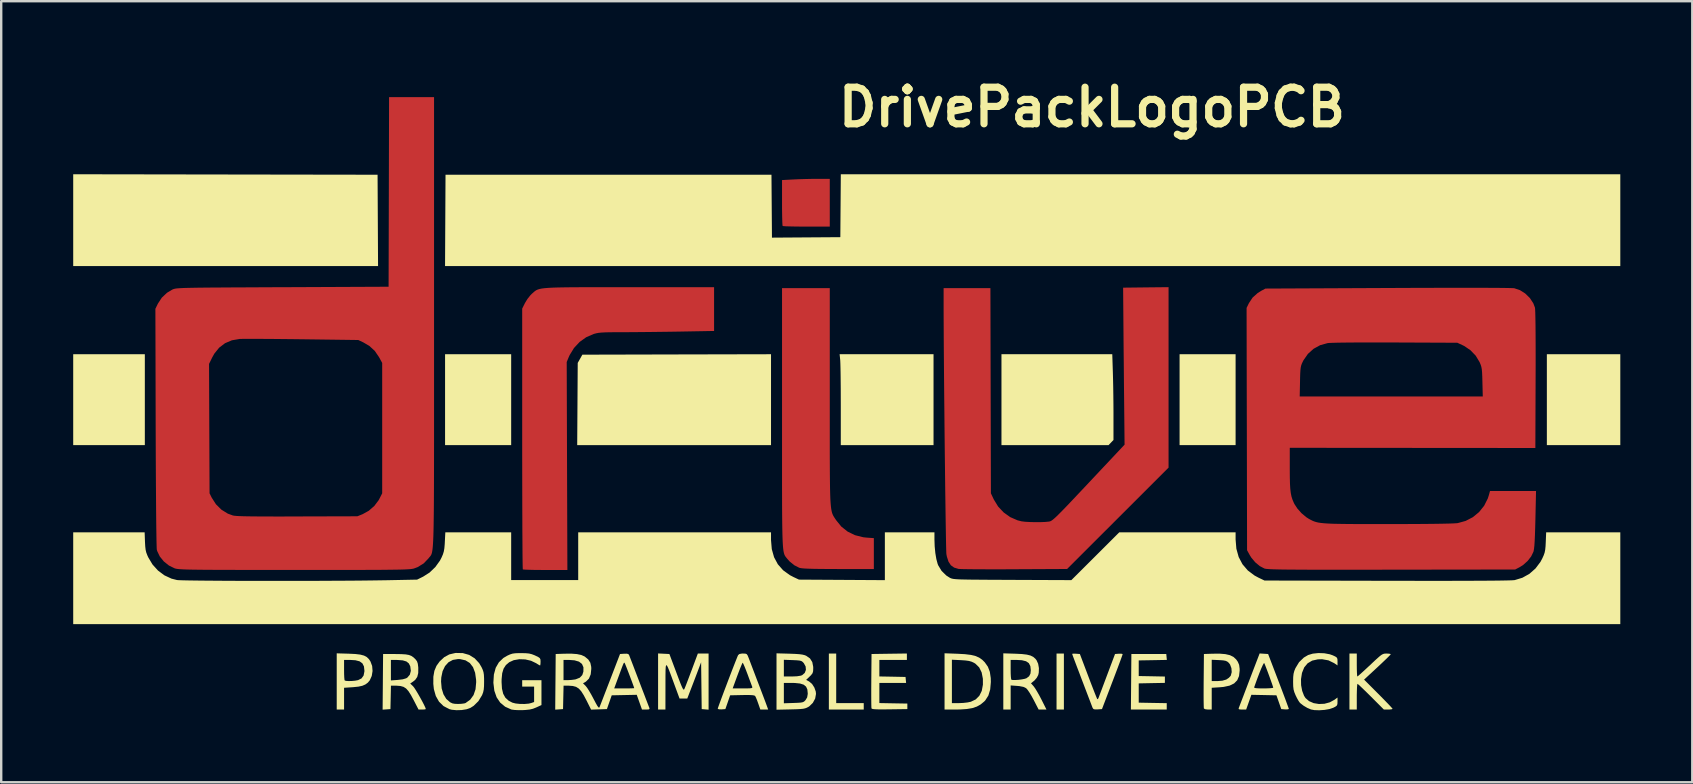
<source format=kicad_pcb>
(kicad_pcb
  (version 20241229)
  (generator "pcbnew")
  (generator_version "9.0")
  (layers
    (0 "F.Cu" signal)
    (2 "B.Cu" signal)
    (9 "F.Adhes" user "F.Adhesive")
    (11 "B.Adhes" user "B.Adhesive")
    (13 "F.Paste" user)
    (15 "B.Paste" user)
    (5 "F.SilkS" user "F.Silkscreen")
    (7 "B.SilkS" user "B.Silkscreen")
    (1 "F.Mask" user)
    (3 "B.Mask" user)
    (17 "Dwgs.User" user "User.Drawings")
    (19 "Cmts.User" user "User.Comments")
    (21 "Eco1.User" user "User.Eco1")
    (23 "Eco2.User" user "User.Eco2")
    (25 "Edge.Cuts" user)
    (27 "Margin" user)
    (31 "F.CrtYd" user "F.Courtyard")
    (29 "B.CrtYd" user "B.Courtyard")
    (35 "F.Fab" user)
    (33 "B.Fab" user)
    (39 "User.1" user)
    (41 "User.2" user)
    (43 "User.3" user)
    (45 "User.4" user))
  (footprint "DrivePackLogoPCB"
    (layer "F.Cu")
    (at 32.286 14.118)
    (property "Reference" "DrivePackLogoPCB" (at 10.16 -12.7 0) (layer "F.SilkS") (effects (font (size 1.524 1.524) (thickness 0.3))))
    (attr board_only exclude_from_pos_files exclude_from_bom)
    (fp_poly (pts (xy -0.765 -7.727) (xy -1.734 -7.727) (xy -1.999 -7.728) (xy -2.238 -7.731) (xy -2.442 -7.735) (xy -2.598 -7.74) (xy -2.697 -7.747) (xy -2.729 -7.753) (xy -2.736 -7.796) (xy -2.742 -7.906) (xy -2.747 -8.071) (xy -2.751 -8.28) (xy -2.754 -8.523) (xy -2.754 -8.722) (xy -2.754 -9.666) (xy -2.289 -9.691) (xy -2.059 -9.701) (xy -1.788 -9.709) (xy -1.513 -9.715) (xy -1.295 -9.716) (xy -0.765 -9.716)) (stroke (width 0) (type solid)) (fill yes) (layer "F.Cu"))
    (fp_poly (pts (xy -0.765 -0.638) (xy -0.765 0.061) (xy -0.765 0.688) (xy -0.765 1.246) (xy -0.765 1.741) (xy -0.763 2.177) (xy -0.761 2.557) (xy -0.758 2.887) (xy -0.754 3.169) (xy -0.748 3.41) (xy -0.741 3.612) (xy -0.731 3.78) (xy -0.719 3.919) (xy -0.705 4.032) (xy -0.688 4.124) (xy -0.669 4.2) (xy -0.646 4.263) (xy -0.62 4.317) (xy -0.591 4.367) (xy -0.558 4.418) (xy -0.521 4.473) (xy -0.501 4.503) (xy -0.284 4.771) (xy -0.019 4.981) (xy 0.288 5.13) (xy 0.632 5.216) (xy 0.775 5.231) (xy 1.071 5.252) (xy 1.071 6.541) (xy -0.411 6.54) (xy -0.816 6.538) (xy -1.151 6.536) (xy -1.422 6.532) (xy -1.636 6.526) (xy -1.799 6.519) (xy -1.918 6.509) (xy -1.999 6.497) (xy -2.037 6.487) (xy -2.243 6.382) (xy -2.436 6.226) (xy -2.542 6.107) (xy -2.571 6.07) (xy -2.597 6.038) (xy -2.621 6.005) (xy -2.642 5.968) (xy -2.661 5.923) (xy -2.677 5.867) (xy -2.692 5.796) (xy -2.704 5.706) (xy -2.715 5.593) (xy -2.724 5.453) (xy -2.732 5.283) (xy -2.738 5.078) (xy -2.743 4.835) (xy -2.747 4.551) (xy -2.75 4.22) (xy -2.752 3.841) (xy -2.753 3.407) (xy -2.754 2.917) (xy -2.754 2.365) (xy -2.754 1.749) (xy -2.754 1.065) (xy -2.754 0.307) (xy -2.754 0.244) (xy -2.754 -5.164) (xy -0.765 -5.164)) (stroke (width 0) (type solid)) (fill yes) (layer "F.Cu"))
    (fp_poly (pts (xy -9.771 -5.202) (xy -9.158 -5.202) (xy -5.585 -5.202) (xy -5.585 -3.379) (xy -7.026 -3.353) (xy -7.403 -3.347) (xy -7.802 -3.342) (xy -8.204 -3.337) (xy -8.593 -3.333) (xy -8.951 -3.33) (xy -9.26 -3.328) (xy -9.412 -3.328) (xy -9.715 -3.327) (xy -9.953 -3.325) (xy -10.138 -3.32) (xy -10.28 -3.312) (xy -10.392 -3.301) (xy -10.485 -3.284) (xy -10.571 -3.262) (xy -10.604 -3.252) (xy -10.912 -3.118) (xy -11.188 -2.921) (xy -11.422 -2.669) (xy -11.602 -2.375) (xy -11.643 -2.284) (xy -11.725 -2.085) (xy -11.711 2.247) (xy -11.697 6.58) (xy -12.613 6.58) (xy -12.87 6.578) (xy -13.102 6.576) (xy -13.297 6.571) (xy -13.444 6.566) (xy -13.533 6.559) (xy -13.554 6.554) (xy -13.557 6.513) (xy -13.56 6.401) (xy -13.563 6.22) (xy -13.566 5.976) (xy -13.568 5.673) (xy -13.57 5.315) (xy -13.573 4.906) (xy -13.574 4.451) (xy -13.576 3.954) (xy -13.577 3.42) (xy -13.578 2.852) (xy -13.579 2.256) (xy -13.58 1.635) (xy -13.58 1.109) (xy -13.58 -4.31) (xy -13.463 -4.545) (xy -13.363 -4.71) (xy -13.24 -4.864) (xy -13.174 -4.931) (xy -13.124 -4.975) (xy -13.079 -5.015) (xy -13.035 -5.05) (xy -12.986 -5.08) (xy -12.928 -5.106) (xy -12.856 -5.128) (xy -12.765 -5.146) (xy -12.651 -5.161) (xy -12.508 -5.173) (xy -12.332 -5.183) (xy -12.118 -5.19) (xy -11.862 -5.195) (xy -11.558 -5.199) (xy -11.201 -5.201) (xy -10.788 -5.202) (xy -10.313 -5.203)) (stroke (width 0) (type solid)) (fill yes) (layer "F.Cu"))
    (fp_poly (pts (xy 13.35 2.315) (xy 9.123 6.538) (xy 6.936 6.549) (xy 6.529 6.551) (xy 6.142 6.551) (xy 5.781 6.551) (xy 5.454 6.55) (xy 5.168 6.548) (xy 4.932 6.545) (xy 4.752 6.542) (xy 4.636 6.537) (xy 4.595 6.534) (xy 4.416 6.48) (xy 4.28 6.383) (xy 4.182 6.234) (xy 4.114 6.023) (xy 4.094 5.921) (xy 4.09 5.864) (xy 4.086 5.736) (xy 4.081 5.541) (xy 4.076 5.287) (xy 4.071 4.977) (xy 4.065 4.617) (xy 4.059 4.212) (xy 4.053 3.769) (xy 4.046 3.291) (xy 4.04 2.785) (xy 4.034 2.256) (xy 4.027 1.708) (xy 4.021 1.148) (xy 4.015 0.581) (xy 4.01 0.012) (xy 4.004 -0.554) (xy 3.999 -1.111) (xy 3.994 -1.654) (xy 3.99 -2.178) (xy 3.986 -2.677) (xy 3.983 -3.146) (xy 3.981 -3.58) (xy 3.979 -3.973) (xy 3.978 -4.321) (xy 3.978 -4.562) (xy 3.978 -5.164) (xy 5.928 -5.164) (xy 5.948 3.385) (xy 6.071 3.645) (xy 6.248 3.935) (xy 6.48 4.182) (xy 6.753 4.377) (xy 7.058 4.51) (xy 7.225 4.552) (xy 7.37 4.57) (xy 7.566 4.581) (xy 7.787 4.587) (xy 8.01 4.586) (xy 8.211 4.578) (xy 8.364 4.563) (xy 8.388 4.559) (xy 8.423 4.549) (xy 8.464 4.529) (xy 8.516 4.493) (xy 8.582 4.439) (xy 8.668 4.361) (xy 8.776 4.255) (xy 8.913 4.117) (xy 9.082 3.943) (xy 9.287 3.728) (xy 9.532 3.468) (xy 9.823 3.16) (xy 10.025 2.945) (xy 11.517 1.358) (xy 11.497 -0.669) (xy 11.492 -1.11) (xy 11.488 -1.571) (xy 11.484 -2.038) (xy 11.479 -2.498) (xy 11.475 -2.935) (xy 11.472 -3.337) (xy 11.469 -3.688) (xy 11.467 -3.94) (xy 11.457 -5.183) (xy 12.404 -5.194) (xy 13.35 -5.204)) (stroke (width 0) (type solid)) (fill yes) (layer "F.Cu"))
    (fp_poly (pts (xy 26.038 -5.178) (xy 26.47 -5.177) (xy 26.845 -5.175) (xy 27.161 -5.173) (xy 27.414 -5.17) (xy 27.6 -5.166) (xy 27.715 -5.162) (xy 27.752 -5.159) (xy 27.989 -5.08) (xy 28.211 -4.939) (xy 28.402 -4.752) (xy 28.546 -4.533) (xy 28.614 -4.356) (xy 28.622 -4.29) (xy 28.628 -4.15) (xy 28.633 -3.94) (xy 28.638 -3.663) (xy 28.641 -3.321) (xy 28.643 -2.92) (xy 28.644 -2.46) (xy 28.644 -1.946) (xy 28.642 -1.381) (xy 28.642 -1.36) (xy 28.632 1.497) (xy 18.4 1.489) (xy 18.4 2.362) (xy 18.402 2.7) (xy 18.408 2.972) (xy 18.421 3.192) (xy 18.442 3.371) (xy 18.472 3.52) (xy 18.514 3.652) (xy 18.568 3.778) (xy 18.594 3.832) (xy 18.72 4.024) (xy 18.89 4.214) (xy 19.081 4.375) (xy 19.195 4.449) (xy 19.271 4.489) (xy 19.342 4.525) (xy 19.413 4.555) (xy 19.491 4.58) (xy 19.582 4.602) (xy 19.691 4.619) (xy 19.825 4.633) (xy 19.988 4.644) (xy 20.186 4.653) (xy 20.426 4.658) (xy 20.714 4.662) (xy 21.054 4.665) (xy 21.453 4.666) (xy 21.916 4.667) (xy 22.45 4.667) (xy 22.491 4.667) (xy 23.047 4.666) (xy 23.553 4.664) (xy 24.006 4.661) (xy 24.403 4.657) (xy 24.739 4.652) (xy 25.012 4.646) (xy 25.217 4.639) (xy 25.352 4.631) (xy 25.397 4.626) (xy 25.728 4.535) (xy 26.028 4.379) (xy 26.287 4.166) (xy 26.498 3.903) (xy 26.651 3.599) (xy 26.698 3.452) (xy 26.742 3.29) (xy 28.66 3.29) (xy 28.634 4.466) (xy 28.624 4.838) (xy 28.614 5.14) (xy 28.603 5.379) (xy 28.591 5.564) (xy 28.576 5.699) (xy 28.559 5.793) (xy 28.551 5.821) (xy 28.458 6.014) (xy 28.31 6.203) (xy 28.127 6.368) (xy 27.987 6.457) (xy 27.791 6.56) (xy 22.646 6.567) (xy 21.904 6.568) (xy 21.235 6.569) (xy 20.634 6.569) (xy 20.099 6.569) (xy 19.626 6.568) (xy 19.209 6.568) (xy 18.847 6.566) (xy 18.534 6.564) (xy 18.268 6.562) (xy 18.044 6.559) (xy 17.859 6.555) (xy 17.709 6.551) (xy 17.589 6.546) (xy 17.497 6.54) (xy 17.428 6.534) (xy 17.379 6.527) (xy 17.346 6.519) (xy 17.341 6.517) (xy 17.15 6.417) (xy 16.963 6.261) (xy 16.801 6.069) (xy 16.734 5.962) (xy 16.621 5.757) (xy 16.611 0.709) (xy 16.608 -0.65) (xy 18.814 -0.65) (xy 26.441 -0.65) (xy 26.426 -1.253) (xy 26.42 -1.485) (xy 26.412 -1.657) (xy 26.4 -1.784) (xy 26.382 -1.883) (xy 26.355 -1.969) (xy 26.318 -2.059) (xy 26.304 -2.089) (xy 26.145 -2.351) (xy 25.927 -2.577) (xy 25.667 -2.753) (xy 25.61 -2.781) (xy 25.381 -2.888) (xy 22.799 -2.899) (xy 22.287 -2.901) (xy 21.814 -2.901) (xy 21.382 -2.9) (xy 20.999 -2.898) (xy 20.667 -2.895) (xy 20.394 -2.891) (xy 20.183 -2.885) (xy 20.04 -2.879) (xy 19.977 -2.873) (xy 19.667 -2.787) (xy 19.391 -2.636) (xy 19.156 -2.424) (xy 18.971 -2.158) (xy 18.944 -2.105) (xy 18.904 -2.021) (xy 18.876 -1.944) (xy 18.857 -1.858) (xy 18.844 -1.748) (xy 18.835 -1.599) (xy 18.829 -1.396) (xy 18.827 -1.272) (xy 18.814 -0.65) (xy 16.608 -0.65) (xy 16.601 -4.339) (xy 16.698 -4.538) (xy 16.851 -4.77) (xy 17.065 -4.961) (xy 17.224 -5.059) (xy 17.386 -5.145) (xy 22.474 -5.169) (xy 23.166 -5.172) (xy 23.824 -5.175) (xy 24.443 -5.176) (xy 25.021 -5.178) (xy 25.554 -5.178)) (stroke (width 0) (type solid)) (fill yes) (layer "F.Cu"))
    (fp_poly (pts (xy -17.252 -3.754) (xy -17.252 -2.744) (xy -17.252 -1.807) (xy -17.252 -0.942) (xy -17.252 -0.144) (xy -17.252 0.588) (xy -17.252 1.258) (xy -17.253 1.869) (xy -17.254 2.424) (xy -17.255 2.924) (xy -17.257 3.374) (xy -17.259 3.776) (xy -17.262 4.133) (xy -17.266 4.448) (xy -17.27 4.724) (xy -17.275 4.962) (xy -17.281 5.168) (xy -17.288 5.342) (xy -17.296 5.489) (xy -17.305 5.61) (xy -17.315 5.71) (xy -17.327 5.79) (xy -17.339 5.853) (xy -17.353 5.903) (xy -17.368 5.942) (xy -17.385 5.973) (xy -17.403 5.999) (xy -17.423 6.023) (xy -17.445 6.048) (xy -17.468 6.076) (xy -17.478 6.09) (xy -17.682 6.304) (xy -17.933 6.459) (xy -18.091 6.518) (xy -18.128 6.527) (xy -18.175 6.535) (xy -18.237 6.543) (xy -18.319 6.549) (xy -18.423 6.555) (xy -18.555 6.56) (xy -18.718 6.564) (xy -18.916 6.567) (xy -19.153 6.57) (xy -19.433 6.573) (xy -19.761 6.575) (xy -20.141 6.576) (xy -20.575 6.577) (xy -21.07 6.578) (xy -21.628 6.578) (xy -22.254 6.578) (xy -22.951 6.578) (xy -23.083 6.578) (xy -23.79 6.578) (xy -24.425 6.578) (xy -24.991 6.577) (xy -25.493 6.576) (xy -25.935 6.575) (xy -26.32 6.574) (xy -26.654 6.572) (xy -26.94 6.57) (xy -27.182 6.567) (xy -27.384 6.564) (xy -27.551 6.56) (xy -27.686 6.555) (xy -27.794 6.549) (xy -27.878 6.543) (xy -27.943 6.536) (xy -27.992 6.528) (xy -28.031 6.519) (xy -28.059 6.511) (xy -28.299 6.393) (xy -28.511 6.223) (xy -28.679 6.016) (xy -28.788 5.788) (xy -28.802 5.74) (xy -28.807 5.685) (xy -28.811 5.557) (xy -28.816 5.361) (xy -28.82 5.101) (xy -28.825 4.781) (xy -28.829 4.406) (xy -28.833 3.979) (xy -28.836 3.505) (xy -28.84 2.988) (xy -28.843 2.432) (xy -28.846 1.842) (xy -28.848 1.221) (xy -28.85 0.65) (xy -28.856 -2.008) (xy -26.626 -2.008) (xy -26.616 0.689) (xy -26.605 3.385) (xy -26.517 3.563) (xy -26.339 3.841) (xy -26.112 4.066) (xy -25.844 4.232) (xy -25.632 4.309) (xy -25.576 4.319) (xy -25.485 4.328) (xy -25.355 4.335) (xy -25.18 4.341) (xy -24.957 4.345) (xy -24.68 4.348) (xy -24.345 4.35) (xy -23.947 4.351) (xy -23.482 4.351) (xy -22.952 4.349) (xy -20.446 4.342) (xy -20.228 4.254) (xy -19.971 4.112) (xy -19.743 3.913) (xy -19.563 3.676) (xy -19.527 3.609) (xy -19.413 3.385) (xy -19.413 -2.047) (xy -19.545 -2.289) (xy -19.724 -2.551) (xy -19.951 -2.758) (xy -20.198 -2.902) (xy -20.408 -3.002) (xy -22.741 -3.033) (xy -23.166 -3.038) (xy -23.575 -3.042) (xy -23.96 -3.046) (xy -24.315 -3.048) (xy -24.63 -3.05) (xy -24.9 -3.051) (xy -25.115 -3.05) (xy -25.269 -3.048) (xy -25.352 -3.046) (xy -25.676 -2.99) (xy -25.96 -2.869) (xy -26.204 -2.684) (xy -26.404 -2.437) (xy -26.49 -2.284) (xy -26.626 -2.008) (xy -28.856 -2.008) (xy -28.862 -4.303) (xy -28.756 -4.52) (xy -28.594 -4.767) (xy -28.376 -4.972) (xy -28.159 -5.102) (xy -28.131 -5.114) (xy -28.102 -5.125) (xy -28.067 -5.135) (xy -28.023 -5.144) (xy -27.964 -5.152) (xy -27.887 -5.158) (xy -27.788 -5.164) (xy -27.661 -5.17) (xy -27.503 -5.174) (xy -27.309 -5.178) (xy -27.076 -5.182) (xy -26.799 -5.185) (xy -26.473 -5.188) (xy -26.095 -5.19) (xy -25.66 -5.193) (xy -25.164 -5.195) (xy -24.602 -5.198) (xy -23.97 -5.201) (xy -23.564 -5.202) (xy -19.146 -5.222) (xy -19.136 -9.171) (xy -19.126 -13.121) (xy -17.252 -13.121)) (stroke (width 0) (type solid)) (fill yes) (layer "F.Cu"))
    (fp_poly (pts (xy -0.765 -7.727) (xy -1.734 -7.727) (xy -1.999 -7.728) (xy -2.238 -7.731) (xy -2.442 -7.735) (xy -2.598 -7.74) (xy -2.697 -7.747) (xy -2.729 -7.753) (xy -2.736 -7.796) (xy -2.742 -7.906) (xy -2.747 -8.071) (xy -2.751 -8.28) (xy -2.754 -8.523) (xy -2.754 -8.722) (xy -2.754 -9.666) (xy -2.289 -9.691) (xy -2.059 -9.701) (xy -1.788 -9.709) (xy -1.513 -9.715) (xy -1.295 -9.716) (xy -0.765 -9.716)) (stroke (width 0) (type solid)) (fill yes) (layer "F.Mask"))
    (fp_poly (pts (xy -0.765 -0.638) (xy -0.765 0.061) (xy -0.765 0.688) (xy -0.765 1.246) (xy -0.765 1.741) (xy -0.763 2.177) (xy -0.761 2.557) (xy -0.758 2.887) (xy -0.754 3.169) (xy -0.748 3.41) (xy -0.741 3.612) (xy -0.731 3.78) (xy -0.719 3.919) (xy -0.705 4.032) (xy -0.688 4.124) (xy -0.669 4.2) (xy -0.646 4.263) (xy -0.62 4.317) (xy -0.591 4.367) (xy -0.558 4.418) (xy -0.521 4.473) (xy -0.501 4.503) (xy -0.284 4.771) (xy -0.019 4.981) (xy 0.288 5.13) (xy 0.632 5.216) (xy 0.775 5.231) (xy 1.071 5.252) (xy 1.071 6.541) (xy -0.411 6.54) (xy -0.816 6.538) (xy -1.151 6.536) (xy -1.422 6.532) (xy -1.636 6.526) (xy -1.799 6.519) (xy -1.918 6.509) (xy -1.999 6.497) (xy -2.037 6.487) (xy -2.243 6.382) (xy -2.436 6.226) (xy -2.542 6.107) (xy -2.571 6.07) (xy -2.597 6.038) (xy -2.621 6.005) (xy -2.642 5.968) (xy -2.661 5.923) (xy -2.677 5.867) (xy -2.692 5.796) (xy -2.704 5.706) (xy -2.715 5.593) (xy -2.724 5.453) (xy -2.732 5.283) (xy -2.738 5.078) (xy -2.743 4.835) (xy -2.747 4.551) (xy -2.75 4.22) (xy -2.752 3.841) (xy -2.753 3.407) (xy -2.754 2.917) (xy -2.754 2.365) (xy -2.754 1.749) (xy -2.754 1.065) (xy -2.754 0.307) (xy -2.754 0.244) (xy -2.754 -5.164) (xy -0.765 -5.164)) (stroke (width 0) (type solid)) (fill yes) (layer "F.Mask"))
    (fp_poly (pts (xy -9.771 -5.202) (xy -9.158 -5.202) (xy -5.585 -5.202) (xy -5.585 -3.379) (xy -7.026 -3.353) (xy -7.403 -3.347) (xy -7.802 -3.342) (xy -8.204 -3.337) (xy -8.593 -3.333) (xy -8.951 -3.33) (xy -9.26 -3.328) (xy -9.412 -3.328) (xy -9.715 -3.327) (xy -9.953 -3.325) (xy -10.138 -3.32) (xy -10.28 -3.312) (xy -10.392 -3.301) (xy -10.485 -3.284) (xy -10.571 -3.262) (xy -10.604 -3.252) (xy -10.912 -3.118) (xy -11.188 -2.921) (xy -11.422 -2.669) (xy -11.602 -2.375) (xy -11.643 -2.284) (xy -11.725 -2.085) (xy -11.711 2.247) (xy -11.697 6.58) (xy -12.613 6.58) (xy -12.87 6.578) (xy -13.102 6.576) (xy -13.297 6.571) (xy -13.444 6.566) (xy -13.533 6.559) (xy -13.554 6.554) (xy -13.557 6.513) (xy -13.56 6.401) (xy -13.563 6.22) (xy -13.566 5.976) (xy -13.568 5.673) (xy -13.57 5.315) (xy -13.573 4.906) (xy -13.574 4.451) (xy -13.576 3.954) (xy -13.577 3.42) (xy -13.578 2.852) (xy -13.579 2.256) (xy -13.58 1.635) (xy -13.58 1.109) (xy -13.58 -4.31) (xy -13.463 -4.545) (xy -13.363 -4.71) (xy -13.24 -4.864) (xy -13.174 -4.931) (xy -13.124 -4.975) (xy -13.079 -5.015) (xy -13.035 -5.05) (xy -12.986 -5.08) (xy -12.928 -5.106) (xy -12.856 -5.128) (xy -12.765 -5.146) (xy -12.651 -5.161) (xy -12.508 -5.173) (xy -12.332 -5.183) (xy -12.118 -5.19) (xy -11.862 -5.195) (xy -11.558 -5.199) (xy -11.201 -5.201) (xy -10.788 -5.202) (xy -10.313 -5.203)) (stroke (width 0) (type solid)) (fill yes) (layer "F.Mask"))
    (fp_poly (pts (xy 13.35 2.315) (xy 9.123 6.538) (xy 6.936 6.549) (xy 6.529 6.551) (xy 6.142 6.551) (xy 5.781 6.551) (xy 5.454 6.55) (xy 5.168 6.548) (xy 4.932 6.545) (xy 4.752 6.542) (xy 4.636 6.537) (xy 4.595 6.534) (xy 4.416 6.48) (xy 4.28 6.383) (xy 4.182 6.234) (xy 4.114 6.023) (xy 4.094 5.921) (xy 4.09 5.864) (xy 4.086 5.736) (xy 4.081 5.541) (xy 4.076 5.287) (xy 4.071 4.977) (xy 4.065 4.617) (xy 4.059 4.212) (xy 4.053 3.769) (xy 4.046 3.291) (xy 4.04 2.785) (xy 4.034 2.256) (xy 4.027 1.708) (xy 4.021 1.148) (xy 4.015 0.581) (xy 4.01 0.012) (xy 4.004 -0.554) (xy 3.999 -1.111) (xy 3.994 -1.654) (xy 3.99 -2.178) (xy 3.986 -2.677) (xy 3.983 -3.146) (xy 3.981 -3.58) (xy 3.979 -3.973) (xy 3.978 -4.321) (xy 3.978 -4.562) (xy 3.978 -5.164) (xy 5.928 -5.164) (xy 5.948 3.385) (xy 6.071 3.645) (xy 6.248 3.935) (xy 6.48 4.182) (xy 6.753 4.377) (xy 7.058 4.51) (xy 7.225 4.552) (xy 7.37 4.57) (xy 7.566 4.581) (xy 7.787 4.587) (xy 8.01 4.586) (xy 8.211 4.578) (xy 8.364 4.563) (xy 8.388 4.559) (xy 8.423 4.549) (xy 8.464 4.529) (xy 8.516 4.493) (xy 8.582 4.439) (xy 8.668 4.361) (xy 8.776 4.255) (xy 8.913 4.117) (xy 9.082 3.943) (xy 9.287 3.728) (xy 9.532 3.468) (xy 9.823 3.16) (xy 10.025 2.945) (xy 11.517 1.358) (xy 11.497 -0.669) (xy 11.492 -1.11) (xy 11.488 -1.571) (xy 11.484 -2.038) (xy 11.479 -2.498) (xy 11.475 -2.935) (xy 11.472 -3.337) (xy 11.469 -3.688) (xy 11.467 -3.94) (xy 11.457 -5.183) (xy 12.404 -5.194) (xy 13.35 -5.204)) (stroke (width 0) (type solid)) (fill yes) (layer "F.Mask"))
    (fp_poly (pts (xy 26.038 -5.178) (xy 26.47 -5.177) (xy 26.845 -5.175) (xy 27.161 -5.173) (xy 27.414 -5.17) (xy 27.6 -5.166) (xy 27.715 -5.162) (xy 27.752 -5.159) (xy 27.989 -5.08) (xy 28.211 -4.939) (xy 28.402 -4.752) (xy 28.546 -4.533) (xy 28.614 -4.356) (xy 28.622 -4.29) (xy 28.628 -4.15) (xy 28.633 -3.94) (xy 28.638 -3.663) (xy 28.641 -3.321) (xy 28.643 -2.92) (xy 28.644 -2.46) (xy 28.644 -1.946) (xy 28.642 -1.381) (xy 28.642 -1.36) (xy 28.632 1.497) (xy 18.4 1.489) (xy 18.4 2.362) (xy 18.402 2.7) (xy 18.408 2.972) (xy 18.421 3.192) (xy 18.442 3.371) (xy 18.472 3.52) (xy 18.514 3.652) (xy 18.568 3.778) (xy 18.594 3.832) (xy 18.72 4.024) (xy 18.89 4.214) (xy 19.081 4.375) (xy 19.195 4.449) (xy 19.271 4.489) (xy 19.342 4.525) (xy 19.413 4.555) (xy 19.491 4.58) (xy 19.582 4.602) (xy 19.691 4.619) (xy 19.825 4.633) (xy 19.988 4.644) (xy 20.186 4.653) (xy 20.426 4.658) (xy 20.714 4.662) (xy 21.054 4.665) (xy 21.453 4.666) (xy 21.916 4.667) (xy 22.45 4.667) (xy 22.491 4.667) (xy 23.047 4.666) (xy 23.553 4.664) (xy 24.006 4.661) (xy 24.403 4.657) (xy 24.739 4.652) (xy 25.012 4.646) (xy 25.217 4.639) (xy 25.352 4.631) (xy 25.397 4.626) (xy 25.728 4.535) (xy 26.028 4.379) (xy 26.287 4.166) (xy 26.498 3.903) (xy 26.651 3.599) (xy 26.698 3.452) (xy 26.742 3.29) (xy 28.66 3.29) (xy 28.634 4.466) (xy 28.624 4.838) (xy 28.614 5.14) (xy 28.603 5.379) (xy 28.591 5.564) (xy 28.576 5.699) (xy 28.559 5.793) (xy 28.551 5.821) (xy 28.458 6.014) (xy 28.31 6.203) (xy 28.127 6.368) (xy 27.987 6.457) (xy 27.791 6.56) (xy 22.646 6.567) (xy 21.904 6.568) (xy 21.235 6.569) (xy 20.634 6.569) (xy 20.099 6.569) (xy 19.626 6.568) (xy 19.209 6.568) (xy 18.847 6.566) (xy 18.534 6.564) (xy 18.268 6.562) (xy 18.044 6.559) (xy 17.859 6.555) (xy 17.709 6.551) (xy 17.589 6.546) (xy 17.497 6.54) (xy 17.428 6.534) (xy 17.379 6.527) (xy 17.346 6.519) (xy 17.341 6.517) (xy 17.15 6.417) (xy 16.963 6.261) (xy 16.801 6.069) (xy 16.734 5.962) (xy 16.621 5.757) (xy 16.611 0.709) (xy 16.608 -0.65) (xy 18.814 -0.65) (xy 26.441 -0.65) (xy 26.426 -1.253) (xy 26.42 -1.485) (xy 26.412 -1.657) (xy 26.4 -1.784) (xy 26.382 -1.883) (xy 26.355 -1.969) (xy 26.318 -2.059) (xy 26.304 -2.089) (xy 26.145 -2.351) (xy 25.927 -2.577) (xy 25.667 -2.753) (xy 25.61 -2.781) (xy 25.381 -2.888) (xy 22.799 -2.899) (xy 22.287 -2.901) (xy 21.814 -2.901) (xy 21.382 -2.9) (xy 20.999 -2.898) (xy 20.667 -2.895) (xy 20.394 -2.891) (xy 20.183 -2.885) (xy 20.04 -2.879) (xy 19.977 -2.873) (xy 19.667 -2.787) (xy 19.391 -2.636) (xy 19.156 -2.424) (xy 18.971 -2.158) (xy 18.944 -2.105) (xy 18.904 -2.021) (xy 18.876 -1.944) (xy 18.857 -1.858) (xy 18.844 -1.748) (xy 18.835 -1.599) (xy 18.829 -1.396) (xy 18.827 -1.272) (xy 18.814 -0.65) (xy 16.608 -0.65) (xy 16.601 -4.339) (xy 16.698 -4.538) (xy 16.851 -4.77) (xy 17.065 -4.961) (xy 17.224 -5.059) (xy 17.386 -5.145) (xy 22.474 -5.169) (xy 23.166 -5.172) (xy 23.824 -5.175) (xy 24.443 -5.176) (xy 25.021 -5.178) (xy 25.554 -5.178)) (stroke (width 0) (type solid)) (fill yes) (layer "F.Mask"))
    (fp_poly (pts (xy -17.252 -3.754) (xy -17.252 -2.744) (xy -17.252 -1.807) (xy -17.252 -0.942) (xy -17.252 -0.144) (xy -17.252 0.588) (xy -17.252 1.258) (xy -17.253 1.869) (xy -17.254 2.424) (xy -17.255 2.924) (xy -17.257 3.374) (xy -17.259 3.776) (xy -17.262 4.133) (xy -17.266 4.448) (xy -17.27 4.724) (xy -17.275 4.962) (xy -17.281 5.168) (xy -17.288 5.342) (xy -17.296 5.489) (xy -17.305 5.61) (xy -17.315 5.71) (xy -17.327 5.79) (xy -17.339 5.853) (xy -17.353 5.903) (xy -17.368 5.942) (xy -17.385 5.973) (xy -17.403 5.999) (xy -17.423 6.023) (xy -17.445 6.048) (xy -17.468 6.076) (xy -17.478 6.09) (xy -17.682 6.304) (xy -17.933 6.459) (xy -18.091 6.518) (xy -18.128 6.527) (xy -18.175 6.535) (xy -18.237 6.543) (xy -18.319 6.549) (xy -18.423 6.555) (xy -18.555 6.56) (xy -18.718 6.564) (xy -18.916 6.567) (xy -19.153 6.57) (xy -19.433 6.573) (xy -19.761 6.575) (xy -20.141 6.576) (xy -20.575 6.577) (xy -21.07 6.578) (xy -21.628 6.578) (xy -22.254 6.578) (xy -22.951 6.578) (xy -23.083 6.578) (xy -23.79 6.578) (xy -24.425 6.578) (xy -24.991 6.577) (xy -25.493 6.576) (xy -25.935 6.575) (xy -26.32 6.574) (xy -26.654 6.572) (xy -26.94 6.57) (xy -27.182 6.567) (xy -27.384 6.564) (xy -27.551 6.56) (xy -27.686 6.555) (xy -27.794 6.549) (xy -27.878 6.543) (xy -27.943 6.536) (xy -27.992 6.528) (xy -28.031 6.519) (xy -28.059 6.511) (xy -28.299 6.393) (xy -28.511 6.223) (xy -28.679 6.016) (xy -28.788 5.788) (xy -28.802 5.74) (xy -28.807 5.685) (xy -28.811 5.557) (xy -28.816 5.361) (xy -28.82 5.101) (xy -28.825 4.781) (xy -28.829 4.406) (xy -28.833 3.979) (xy -28.836 3.505) (xy -28.84 2.988) (xy -28.843 2.432) (xy -28.846 1.842) (xy -28.848 1.221) (xy -28.85 0.65) (xy -28.856 -2.008) (xy -26.626 -2.008) (xy -26.616 0.689) (xy -26.605 3.385) (xy -26.517 3.563) (xy -26.339 3.841) (xy -26.112 4.066) (xy -25.844 4.232) (xy -25.632 4.309) (xy -25.576 4.319) (xy -25.485 4.328) (xy -25.355 4.335) (xy -25.18 4.341) (xy -24.957 4.345) (xy -24.68 4.348) (xy -24.345 4.35) (xy -23.947 4.351) (xy -23.482 4.351) (xy -22.952 4.349) (xy -20.446 4.342) (xy -20.228 4.254) (xy -19.971 4.112) (xy -19.743 3.913) (xy -19.563 3.676) (xy -19.527 3.609) (xy -19.413 3.385) (xy -19.413 -2.047) (xy -19.545 -2.289) (xy -19.724 -2.551) (xy -19.951 -2.758) (xy -20.198 -2.902) (xy -20.408 -3.002) (xy -22.741 -3.033) (xy -23.166 -3.038) (xy -23.575 -3.042) (xy -23.96 -3.046) (xy -24.315 -3.048) (xy -24.63 -3.05) (xy -24.9 -3.051) (xy -25.115 -3.05) (xy -25.269 -3.048) (xy -25.352 -3.046) (xy -25.676 -2.99) (xy -25.96 -2.869) (xy -26.204 -2.684) (xy -26.404 -2.437) (xy -26.49 -2.284) (xy -26.626 -2.008) (xy -28.856 -2.008) (xy -28.862 -4.303) (xy -28.756 -4.52) (xy -28.594 -4.767) (xy -28.376 -4.972) (xy -28.159 -5.102) (xy -28.131 -5.114) (xy -28.102 -5.125) (xy -28.067 -5.135) (xy -28.023 -5.144) (xy -27.964 -5.152) (xy -27.887 -5.158) (xy -27.788 -5.164) (xy -27.661 -5.17) (xy -27.503 -5.174) (xy -27.309 -5.178) (xy -27.076 -5.182) (xy -26.799 -5.185) (xy -26.473 -5.188) (xy -26.095 -5.19) (xy -25.66 -5.193) (xy -25.164 -5.195) (xy -24.602 -5.198) (xy -23.97 -5.201) (xy -23.564 -5.202) (xy -19.146 -5.222) (xy -19.136 -9.171) (xy -19.126 -13.121) (xy -17.252 -13.121)) (stroke (width 0) (type solid)) (fill yes) (layer "F.Mask"))
    (fp_poly (pts (xy -29.302 1.377) (xy -32.286 1.377) (xy -32.286 -2.41) (xy -29.302 -2.41)) (stroke (width 0) (type solid)) (fill yes) (layer "F.SilkS"))
    (fp_poly (pts (xy -14.039 1.377) (xy -16.793 1.377) (xy -16.793 -2.41) (xy -14.039 -2.41)) (stroke (width 0) (type solid)) (fill yes) (layer "F.SilkS"))
    (fp_poly (pts (xy 8.989 12.394) (xy 8.683 12.394) (xy 8.683 10.061) (xy 8.989 10.061)) (stroke (width 0) (type solid)) (fill yes) (layer "F.SilkS"))
    (fp_poly (pts (xy 16.143 1.377) (xy 13.809 1.377) (xy 13.809 -2.41) (xy 16.143 -2.41)) (stroke (width 0) (type solid)) (fill yes) (layer "F.SilkS"))
    (fp_poly (pts (xy 32.171 1.377) (xy 29.111 1.377) (xy 29.111 -2.41) (xy 32.171 -2.41)) (stroke (width 0) (type solid)) (fill yes) (layer "F.SilkS"))
    (fp_poly (pts (xy -25.945 -9.898) (xy -19.605 -9.888) (xy -19.595 -7.985) (xy -19.585 -6.082) (xy -32.286 -6.082) (xy -32.286 -9.908)) (stroke (width 0) (type solid)) (fill yes) (layer "F.SilkS"))
    (fp_poly (pts (xy -0.497 12.126) (xy 0.65 12.126) (xy 0.65 12.394) (xy -0.803 12.394) (xy -0.803 10.061) (xy -0.497 10.061)) (stroke (width 0) (type solid)) (fill yes) (layer "F.SilkS"))
    (fp_poly (pts (xy -3.213 1.377) (xy -11.288 1.377) (xy -11.277 -0.335) (xy -11.266 -2.047) (xy -11.169 -2.219) (xy -11.073 -2.391) (xy -7.143 -2.401) (xy -3.213 -2.41)) (stroke (width 0) (type solid)) (fill yes) (layer "F.SilkS"))
    (fp_poly (pts (xy 32.171 -6.082) (xy -16.794 -6.082) (xy -16.784 -7.985) (xy -16.774 -9.888) (xy -3.194 -9.888) (xy -3.174 -7.267) (xy -1.75 -7.277) (xy -0.325 -7.287) (xy -0.315 -8.597) (xy -0.305 -9.908) (xy 32.171 -9.908)) (stroke (width 0) (type solid)) (fill yes) (layer "F.SilkS"))
    (fp_poly (pts (xy 11.03 -1.635) (xy 11.037 -1.366) (xy 11.044 -1.044) (xy 11.049 -0.691) (xy 11.053 -0.332) (xy 11.055 0.01) (xy 11.055 0.151) (xy 11.055 1.163) (xy 10.85 1.377) (xy 6.388 1.377) (xy 6.388 -2.41) (xy 11.005 -2.41)) (stroke (width 0) (type solid)) (fill yes) (layer "F.SilkS"))
    (fp_poly (pts (xy 3.558 1.377) (xy -0.306 1.377) (xy -0.306 -0.281) (xy -0.307 -0.64) (xy -0.308 -0.983) (xy -0.311 -1.301) (xy -0.314 -1.585) (xy -0.318 -1.825) (xy -0.323 -2.012) (xy -0.328 -2.137) (xy -0.331 -2.175) (xy -0.355 -2.41) (xy 3.558 -2.41)) (stroke (width 0) (type solid)) (fill yes) (layer "F.SilkS"))
    (fp_poly (pts (xy 13.278 10.326) (xy 12.693 10.337) (xy 12.107 10.347) (xy 12.107 10.998) (xy 12.652 11.008) (xy 13.197 11.019) (xy 13.197 11.283) (xy 12.652 11.293) (xy 12.107 11.304) (xy 12.107 12.107) (xy 12.69 12.118) (xy 13.274 12.128) (xy 13.274 12.394) (xy 11.781 12.394) (xy 11.791 11.237) (xy 11.801 10.08) (xy 13.255 10.08)) (stroke (width 0) (type solid)) (fill yes) (layer "F.SilkS"))
    (fp_poly (pts (xy 2.448 10.328) (xy 1.301 10.328) (xy 1.301 11.015) (xy 1.846 11.025) (xy 2.391 11.036) (xy 2.415 11.285) (xy 1.301 11.285) (xy 1.301 12.124) (xy 1.884 12.135) (xy 2.467 12.145) (xy 2.467 12.375) (xy 1.73 12.385) (xy 1.462 12.388) (xy 1.261 12.387) (xy 1.121 12.382) (xy 1.031 12.373) (xy 0.985 12.358) (xy 0.974 12.347) (xy 0.969 12.297) (xy 0.966 12.181) (xy 0.964 12.009) (xy 0.963 11.79) (xy 0.963 11.535) (xy 0.965 11.254) (xy 0.965 11.189) (xy 0.975 10.08) (xy 1.712 10.069) (xy 2.448 10.059)) (stroke (width 0) (type solid)) (fill yes) (layer "F.SilkS"))
    (fp_poly (pts (xy -7.447 10.08) (xy -7.157 10.853) (xy -7.061 11.108) (xy -6.988 11.298) (xy -6.933 11.431) (xy -6.893 11.515) (xy -6.864 11.557) (xy -6.843 11.564) (xy -6.826 11.545) (xy -6.825 11.542) (xy -6.798 11.48) (xy -6.75 11.36) (xy -6.686 11.193) (xy -6.61 10.992) (xy -6.527 10.771) (xy -6.522 10.759) (xy -6.262 10.061) (xy -5.814 10.061) (xy -5.814 12.399) (xy -5.958 12.387) (xy -6.101 12.375) (xy -6.113 11.399) (xy -6.125 10.424) (xy -6.277 10.826) (xy -6.358 11.039) (xy -6.447 11.273) (xy -6.531 11.491) (xy -6.566 11.581) (xy -6.702 11.935) (xy -7.024 11.935) (xy -7.267 11.275) (xy -7.37 10.994) (xy -7.451 10.779) (xy -7.511 10.633) (xy -7.553 10.555) (xy -7.582 10.548) (xy -7.599 10.612) (xy -7.607 10.749) (xy -7.61 10.959) (xy -7.611 11.244) (xy -7.611 11.409) (xy -7.612 12.394) (xy -7.918 12.394) (xy -7.918 10.057)) (stroke (width 0) (type solid)) (fill yes) (layer "F.SilkS"))
    (fp_poly (pts (xy -20.8 10.067) (xy -20.53 10.08) (xy -20.324 10.105) (xy -20.169 10.146) (xy -20.053 10.208) (xy -19.964 10.295) (xy -19.902 10.389) (xy -19.831 10.579) (xy -19.814 10.789) (xy -19.848 10.995) (xy -19.93 11.177) (xy -20.011 11.273) (xy -20.114 11.349) (xy -20.238 11.403) (xy -20.401 11.439) (xy -20.621 11.462) (xy -20.666 11.465) (xy -21.001 11.487) (xy -21.001 12.394) (xy -21.307 12.394) (xy -21.307 10.743) (xy -21.001 10.743) (xy -20.999 10.914) (xy -20.993 11.055) (xy -20.984 11.151) (xy -20.975 11.183) (xy -20.918 11.2) (xy -20.81 11.207) (xy -20.674 11.204) (xy -20.536 11.191) (xy -20.42 11.169) (xy -20.417 11.168) (xy -20.274 11.097) (xy -20.187 10.976) (xy -20.153 10.803) (xy -20.153 10.774) (xy -20.173 10.596) (xy -20.238 10.469) (xy -20.354 10.385) (xy -20.528 10.34) (xy -20.731 10.328) (xy -21.001 10.328) (xy -21.001 10.743) (xy -21.307 10.743) (xy -21.307 10.052)) (stroke (width 0) (type solid)) (fill yes) (layer "F.SilkS"))
    (fp_poly (pts (xy 4.562 10.07) (xy 4.868 10.087) (xy 5.111 10.117) (xy 5.303 10.163) (xy 5.458 10.23) (xy 5.588 10.321) (xy 5.693 10.426) (xy 5.823 10.611) (xy 5.904 10.825) (xy 5.942 11.082) (xy 5.946 11.246) (xy 5.919 11.556) (xy 5.843 11.809) (xy 5.716 12.009) (xy 5.67 12.058) (xy 5.523 12.18) (xy 5.361 12.271) (xy 5.173 12.334) (xy 4.944 12.372) (xy 4.662 12.391) (xy 4.455 12.394) (xy 4.017 12.394) (xy 4.017 10.318) (xy 4.323 10.318) (xy 4.323 12.126) (xy 4.622 12.126) (xy 4.799 12.118) (xy 4.976 12.098) (xy 5.115 12.069) (xy 5.115 12.068) (xy 5.316 11.972) (xy 5.467 11.819) (xy 5.568 11.614) (xy 5.615 11.358) (xy 5.614 11.111) (xy 5.563 10.848) (xy 5.46 10.638) (xy 5.303 10.484) (xy 5.244 10.447) (xy 5.143 10.4) (xy 5.033 10.369) (xy 4.889 10.349) (xy 4.699 10.336) (xy 4.323 10.318) (xy 4.017 10.318) (xy 4.017 10.05)) (stroke (width 0) (type solid)) (fill yes) (layer "F.SilkS"))
    (fp_poly (pts (xy 9.494 10.068) (xy 9.655 10.08) (xy 10.007 11.01) (xy 10.102 11.261) (xy 10.19 11.488) (xy 10.265 11.681) (xy 10.325 11.831) (xy 10.365 11.928) (xy 10.381 11.962) (xy 10.41 11.951) (xy 10.431 11.912) (xy 10.452 11.857) (xy 10.495 11.741) (xy 10.558 11.575) (xy 10.635 11.37) (xy 10.723 11.136) (xy 10.789 10.959) (xy 11.12 10.08) (xy 11.279 10.068) (xy 11.376 10.067) (xy 11.432 10.08) (xy 11.437 10.087) (xy 11.424 10.129) (xy 11.387 10.234) (xy 11.329 10.392) (xy 11.253 10.596) (xy 11.163 10.835) (xy 11.062 11.102) (xy 11.007 11.246) (xy 10.576 12.375) (xy 10.395 12.387) (xy 10.281 12.389) (xy 10.22 12.372) (xy 10.187 12.327) (xy 10.18 12.31) (xy 10 11.84) (xy 9.846 11.436) (xy 9.716 11.095) (xy 9.609 10.812) (xy 9.521 10.582) (xy 9.453 10.402) (xy 9.402 10.266) (xy 9.366 10.169) (xy 9.345 10.109) (xy 9.335 10.079) (xy 9.334 10.075) (xy 9.368 10.066) (xy 9.453 10.066)) (stroke (width 0) (type solid)) (fill yes) (layer "F.SilkS"))
    (fp_poly (pts (xy 15.717 10.085) (xy 15.907 10.129) (xy 16.053 10.201) (xy 16.166 10.305) (xy 16.236 10.405) (xy 16.29 10.532) (xy 16.311 10.692) (xy 16.312 10.772) (xy 16.286 10.997) (xy 16.211 11.174) (xy 16.081 11.306) (xy 15.894 11.397) (xy 15.643 11.451) (xy 15.493 11.465) (xy 15.148 11.487) (xy 15.148 12.394) (xy 14.994 12.394) (xy 14.888 12.383) (xy 14.826 12.354) (xy 14.821 12.346) (xy 14.817 12.296) (xy 14.814 12.181) (xy 14.811 12.008) (xy 14.81 11.79) (xy 14.811 11.535) (xy 14.812 11.254) (xy 14.813 11.189) (xy 14.821 10.32) (xy 15.148 10.32) (xy 15.148 11.208) (xy 15.387 11.208) (xy 15.591 11.192) (xy 15.749 11.146) (xy 15.76 11.141) (xy 15.862 11.072) (xy 15.937 10.99) (xy 15.943 10.979) (xy 15.981 10.835) (xy 15.969 10.671) (xy 15.913 10.519) (xy 15.859 10.448) (xy 15.799 10.397) (xy 15.731 10.365) (xy 15.632 10.346) (xy 15.483 10.335) (xy 15.454 10.334) (xy 15.148 10.32) (xy 14.821 10.32) (xy 14.823 10.08) (xy 15.167 10.068) (xy 15.474 10.065)) (stroke (width 0) (type solid)) (fill yes) (layer "F.SilkS"))
    (fp_poly (pts (xy 21.192 10.539) (xy 21.194 10.72) (xy 21.199 10.87) (xy 21.206 10.973) (xy 21.215 11.016) (xy 21.216 11.017) (xy 21.251 10.992) (xy 21.331 10.922) (xy 21.448 10.817) (xy 21.593 10.683) (xy 21.748 10.539) (xy 21.928 10.369) (xy 22.063 10.246) (xy 22.162 10.16) (xy 22.237 10.106) (xy 22.297 10.077) (xy 22.353 10.064) (xy 22.414 10.061) (xy 22.431 10.061) (xy 22.535 10.066) (xy 22.598 10.08) (xy 22.607 10.089) (xy 22.58 10.123) (xy 22.505 10.2) (xy 22.391 10.312) (xy 22.246 10.45) (xy 22.079 10.607) (xy 22.051 10.633) (xy 21.496 11.147) (xy 22.09 11.742) (xy 22.263 11.917) (xy 22.416 12.074) (xy 22.542 12.205) (xy 22.632 12.302) (xy 22.679 12.357) (xy 22.684 12.366) (xy 22.65 12.382) (xy 22.562 12.392) (xy 22.502 12.394) (xy 22.32 12.394) (xy 21.785 11.858) (xy 21.62 11.694) (xy 21.472 11.551) (xy 21.351 11.435) (xy 21.266 11.357) (xy 21.223 11.324) (xy 21.221 11.323) (xy 21.211 11.359) (xy 21.202 11.458) (xy 21.196 11.606) (xy 21.192 11.789) (xy 21.192 11.858) (xy 21.192 12.394) (xy 20.886 12.394) (xy 20.886 10.061) (xy 21.192 10.061)) (stroke (width 0) (type solid)) (fill yes) (layer "F.SilkS"))
    (fp_poly (pts (xy 6.972 10.068) (xy 7.239 10.081) (xy 7.443 10.105) (xy 7.596 10.143) (xy 7.712 10.2) (xy 7.802 10.279) (xy 7.849 10.338) (xy 7.916 10.485) (xy 7.949 10.669) (xy 7.942 10.857) (xy 7.92 10.956) (xy 7.858 11.072) (xy 7.765 11.181) (xy 7.746 11.197) (xy 7.618 11.3) (xy 7.731 11.428) (xy 7.793 11.514) (xy 7.876 11.65) (xy 7.97 11.816) (xy 8.053 11.975) (xy 8.263 12.394) (xy 7.937 12.394) (xy 7.727 11.987) (xy 7.635 11.819) (xy 7.545 11.671) (xy 7.466 11.559) (xy 7.415 11.504) (xy 7.303 11.45) (xy 7.133 11.417) (xy 7.042 11.409) (xy 6.771 11.389) (xy 6.771 12.394) (xy 6.465 12.394) (xy 6.465 10.724) (xy 6.771 10.724) (xy 6.773 10.891) (xy 6.78 11.029) (xy 6.791 11.121) (xy 6.799 11.149) (xy 6.854 11.163) (xy 6.96 11.164) (xy 7.094 11.156) (xy 7.233 11.138) (xy 7.353 11.115) (xy 7.429 11.09) (xy 7.539 11.007) (xy 7.596 10.897) (xy 7.611 10.756) (xy 7.592 10.585) (xy 7.529 10.462) (xy 7.413 10.382) (xy 7.239 10.339) (xy 7.04 10.328) (xy 6.771 10.328) (xy 6.771 10.724) (xy 6.465 10.724) (xy 6.465 10.052)) (stroke (width 0) (type solid)) (fill yes) (layer "F.SilkS"))
    (fp_poly (pts (xy 19.839 10.049) (xy 20.068 10.092) (xy 20.188 10.134) (xy 20.301 10.187) (xy 20.361 10.231) (xy 20.385 10.288) (xy 20.389 10.38) (xy 20.389 10.389) (xy 20.389 10.556) (xy 20.25 10.461) (xy 20.013 10.345) (xy 19.747 10.297) (xy 19.573 10.302) (xy 19.334 10.355) (xy 19.144 10.467) (xy 19.002 10.638) (xy 18.909 10.868) (xy 18.868 11.129) (xy 18.872 11.378) (xy 18.917 11.616) (xy 18.995 11.82) (xy 19.056 11.915) (xy 19.203 12.043) (xy 19.395 12.127) (xy 19.615 12.163) (xy 19.845 12.153) (xy 20.067 12.093) (xy 20.265 11.985) (xy 20.389 11.893) (xy 20.389 12.063) (xy 20.385 12.165) (xy 20.361 12.227) (xy 20.299 12.275) (xy 20.209 12.321) (xy 20.05 12.374) (xy 19.846 12.409) (xy 19.628 12.424) (xy 19.424 12.417) (xy 19.285 12.391) (xy 19.133 12.327) (xy 18.975 12.234) (xy 18.844 12.133) (xy 18.813 12.101) (xy 18.763 12.029) (xy 18.698 11.913) (xy 18.643 11.801) (xy 18.59 11.672) (xy 18.558 11.556) (xy 18.543 11.422) (xy 18.539 11.243) (xy 18.539 11.227) (xy 18.543 11.04) (xy 18.558 10.902) (xy 18.589 10.785) (xy 18.635 10.672) (xy 18.787 10.421) (xy 18.986 10.228) (xy 19.164 10.123) (xy 19.359 10.065) (xy 19.593 10.04)) (stroke (width 0) (type solid)) (fill yes) (layer "F.SilkS"))
    (fp_poly (pts (xy -18.859 10.081) (xy -18.616 10.085) (xy -18.435 10.096) (xy -18.3 10.12) (xy -18.196 10.16) (xy -18.108 10.221) (xy -18.02 10.306) (xy -18.019 10.307) (xy -17.962 10.385) (xy -17.929 10.484) (xy -17.911 10.629) (xy -17.909 10.655) (xy -17.911 10.872) (xy -17.952 11.035) (xy -18.038 11.159) (xy -18.118 11.223) (xy -18.245 11.31) (xy -18.128 11.422) (xy -18.078 11.484) (xy -18.006 11.595) (xy -17.92 11.738) (xy -17.83 11.896) (xy -17.743 12.055) (xy -17.669 12.198) (xy -17.617 12.309) (xy -17.596 12.372) (xy -17.596 12.374) (xy -17.63 12.387) (xy -17.715 12.394) (xy -17.748 12.394) (xy -17.899 12.394) (xy -18.094 12.015) (xy -18.214 11.791) (xy -18.318 11.628) (xy -18.417 11.517) (xy -18.524 11.449) (xy -18.652 11.413) (xy -18.812 11.4) (xy -18.881 11.399) (xy -19.048 11.399) (xy -19.058 11.887) (xy -19.069 12.375) (xy -19.232 12.387) (xy -19.395 12.398) (xy -19.385 11.239) (xy -19.385 11.181) (xy -19.05 11.181) (xy -18.756 11.159) (xy -18.554 11.134) (xy -18.416 11.093) (xy -18.365 11.063) (xy -18.261 10.941) (xy -18.219 10.782) (xy -18.242 10.598) (xy -18.243 10.592) (xy -18.303 10.472) (xy -18.403 10.391) (xy -18.555 10.345) (xy -18.767 10.329) (xy -18.8 10.328) (xy -19.05 10.328) (xy -19.05 11.181) (xy -19.385 11.181) (xy -19.375 10.08)) (stroke (width 0) (type solid)) (fill yes) (layer "F.SilkS"))
    (fp_poly (pts (xy 17.498 10.08) (xy 17.929 11.208) (xy 18.035 11.486) (xy 18.131 11.74) (xy 18.215 11.963) (xy 18.282 12.146) (xy 18.331 12.279) (xy 18.357 12.354) (xy 18.361 12.367) (xy 18.327 12.384) (xy 18.243 12.389) (xy 18.203 12.387) (xy 18.045 12.375) (xy 17.945 12.088) (xy 17.845 11.801) (xy 17.322 11.79) (xy 16.8 11.78) (xy 16.583 12.394) (xy 16.416 12.394) (xy 16.314 12.39) (xy 16.271 12.372) (xy 16.273 12.333) (xy 16.276 12.327) (xy 16.297 12.273) (xy 16.34 12.159) (xy 16.403 11.995) (xy 16.48 11.794) (xy 16.566 11.567) (xy 16.605 11.466) (xy 16.916 11.466) (xy 16.928 11.489) (xy 16.986 11.503) (xy 17.101 11.511) (xy 17.283 11.514) (xy 17.305 11.514) (xy 17.471 11.511) (xy 17.604 11.504) (xy 17.689 11.493) (xy 17.711 11.483) (xy 17.698 11.436) (xy 17.665 11.335) (xy 17.615 11.194) (xy 17.557 11.032) (xy 17.495 10.863) (xy 17.435 10.704) (xy 17.384 10.572) (xy 17.348 10.483) (xy 17.336 10.458) (xy 17.313 10.473) (xy 17.27 10.554) (xy 17.207 10.693) (xy 17.13 10.885) (xy 17.04 11.122) (xy 16.941 11.398) (xy 16.916 11.466) (xy 16.605 11.466) (xy 16.608 11.457) (xy 16.705 11.202) (xy 16.801 10.952) (xy 16.889 10.722) (xy 16.964 10.527) (xy 17.019 10.383) (xy 17.03 10.355) (xy 17.144 10.057)) (stroke (width 0) (type solid)) (fill yes) (layer "F.SilkS"))
    (fp_poly (pts (xy -16.054 10.042) (xy -15.791 10.117) (xy -15.561 10.259) (xy -15.373 10.461) (xy -15.275 10.626) (xy -15.224 10.737) (xy -15.192 10.837) (xy -15.175 10.948) (xy -15.168 11.096) (xy -15.167 11.227) (xy -15.17 11.422) (xy -15.182 11.563) (xy -15.206 11.675) (xy -15.246 11.781) (xy -15.255 11.801) (xy -15.405 12.045) (xy -15.602 12.239) (xy -15.741 12.327) (xy -15.901 12.383) (xy -16.104 12.415) (xy -16.32 12.421) (xy -16.518 12.402) (xy -16.622 12.374) (xy -16.859 12.248) (xy -17.045 12.066) (xy -17.179 11.83) (xy -17.26 11.542) (xy -17.283 11.322) (xy -17.282 11.227) (xy -16.96 11.227) (xy -16.935 11.512) (xy -16.861 11.756) (xy -16.743 11.951) (xy -16.584 12.09) (xy -16.487 12.137) (xy -16.39 12.155) (xy -16.254 12.161) (xy -16.11 12.155) (xy -15.99 12.138) (xy -15.939 12.122) (xy -15.745 11.982) (xy -15.606 11.791) (xy -15.524 11.549) (xy -15.497 11.255) (xy -15.5 11.156) (xy -15.541 10.862) (xy -15.629 10.628) (xy -15.762 10.455) (xy -15.941 10.344) (xy -16.167 10.293) (xy -16.25 10.29) (xy -16.467 10.325) (xy -16.65 10.424) (xy -16.794 10.583) (xy -16.896 10.795) (xy -16.951 11.056) (xy -16.96 11.227) (xy -17.282 11.227) (xy -17.281 11.026) (xy -17.238 10.781) (xy -17.151 10.573) (xy -17.019 10.39) (xy -16.827 10.211) (xy -16.617 10.097) (xy -16.37 10.039) (xy -16.341 10.036)) (stroke (width 0) (type solid)) (fill yes) (layer "F.SilkS"))
    (fp_poly (pts (xy -13.431 10.047) (xy -13.293 10.06) (xy -13.179 10.088) (xy -13.062 10.133) (xy -13.035 10.146) (xy -12.915 10.204) (xy -12.849 10.249) (xy -12.821 10.301) (xy -12.815 10.378) (xy -12.815 10.403) (xy -12.819 10.499) (xy -12.83 10.554) (xy -12.835 10.558) (xy -12.876 10.539) (xy -12.957 10.49) (xy -12.997 10.464) (xy -13.212 10.361) (xy -13.453 10.305) (xy -13.701 10.297) (xy -13.932 10.337) (xy -14.121 10.423) (xy -14.259 10.541) (xy -14.355 10.69) (xy -14.413 10.882) (xy -14.437 11.129) (xy -14.439 11.246) (xy -14.423 11.521) (xy -14.372 11.736) (xy -14.281 11.9) (xy -14.146 12.024) (xy -13.991 12.106) (xy -13.855 12.141) (xy -13.675 12.16) (xy -13.482 12.162) (xy -13.306 12.147) (xy -13.203 12.122) (xy -13.083 12.08) (xy -13.083 11.438) (xy -13.58 11.438) (xy -13.58 11.17) (xy -12.777 11.17) (xy -12.777 12.207) (xy -12.993 12.306) (xy -13.131 12.361) (xy -13.272 12.394) (xy -13.446 12.412) (xy -13.557 12.418) (xy -13.73 12.419) (xy -13.888 12.412) (xy -14.006 12.397) (xy -14.034 12.391) (xy -14.29 12.276) (xy -14.495 12.106) (xy -14.645 11.884) (xy -14.74 11.611) (xy -14.779 11.289) (xy -14.78 11.266) (xy -14.759 10.934) (xy -14.683 10.654) (xy -14.551 10.426) (xy -14.363 10.245) (xy -14.204 10.151) (xy -14.088 10.098) (xy -13.986 10.065) (xy -13.872 10.049) (xy -13.721 10.043) (xy -13.618 10.043)) (stroke (width 0) (type solid)) (fill yes) (layer "F.SilkS"))
    (fp_poly (pts (xy -2.439 10.067) (xy -2.202 10.076) (xy -2.028 10.088) (xy -1.9 10.106) (xy -1.805 10.13) (xy -1.746 10.155) (xy -1.59 10.264) (xy -1.494 10.416) (xy -1.455 10.616) (xy -1.454 10.669) (xy -1.459 10.796) (xy -1.484 10.882) (xy -1.545 10.961) (xy -1.602 11.017) (xy -1.75 11.158) (xy -1.622 11.227) (xy -1.504 11.327) (xy -1.408 11.476) (xy -1.349 11.644) (xy -1.339 11.744) (xy -1.374 11.938) (xy -1.472 12.117) (xy -1.616 12.257) (xy -1.654 12.282) (xy -1.723 12.318) (xy -1.793 12.344) (xy -1.878 12.362) (xy -1.994 12.373) (xy -2.155 12.381) (xy -2.377 12.387) (xy -2.4 12.388) (xy -2.984 12.401) (xy -2.984 12.133) (xy -2.678 12.133) (xy -2.273 12.12) (xy -2.091 12.113) (xy -1.97 12.104) (xy -1.891 12.088) (xy -1.837 12.062) (xy -1.793 12.02) (xy -1.775 12) (xy -1.707 11.887) (xy -1.683 11.745) (xy -1.683 11.72) (xy -1.699 11.558) (xy -1.753 11.439) (xy -1.852 11.358) (xy -2.006 11.309) (xy -2.221 11.287) (xy -2.351 11.285) (xy -2.678 11.285) (xy -2.678 12.133) (xy -2.984 12.133) (xy -2.984 10.321) (xy -2.678 10.321) (xy -2.678 11.017) (xy -2.351 11.017) (xy -2.131 11.008) (xy -1.974 10.983) (xy -1.915 10.961) (xy -1.808 10.868) (xy -1.759 10.741) (xy -1.771 10.6) (xy -1.846 10.461) (xy -1.852 10.455) (xy -1.9 10.405) (xy -1.951 10.372) (xy -2.023 10.353) (xy -2.136 10.342) (xy -2.306 10.334) (xy -2.311 10.334) (xy -2.678 10.321) (xy -2.984 10.321) (xy -2.984 10.052)) (stroke (width 0) (type solid)) (fill yes) (layer "F.SilkS"))
    (fp_poly (pts (xy -4.285 10.064) (xy -4.227 10.084) (xy -4.187 10.14) (xy -4.143 10.248) (xy -4.138 10.261) (xy -4.102 10.356) (xy -4.044 10.509) (xy -3.969 10.706) (xy -3.882 10.934) (xy -3.789 11.179) (xy -3.748 11.285) (xy -3.655 11.529) (xy -3.568 11.758) (xy -3.492 11.958) (xy -3.432 12.117) (xy -3.393 12.223) (xy -3.383 12.251) (xy -3.331 12.394) (xy -3.658 12.394) (xy -3.748 12.136) (xy -3.797 12) (xy -3.843 11.89) (xy -3.874 11.83) (xy -3.875 11.829) (xy -3.914 11.807) (xy -4 11.794) (xy -4.14 11.788) (xy -4.344 11.789) (xy -4.414 11.79) (xy -4.916 11.801) (xy -5.015 12.088) (xy -5.115 12.375) (xy -5.274 12.387) (xy -5.38 12.385) (xy -5.43 12.364) (xy -5.432 12.357) (xy -5.419 12.313) (xy -5.382 12.208) (xy -5.326 12.054) (xy -5.254 11.86) (xy -5.171 11.638) (xy -5.124 11.514) (xy -4.811 11.514) (xy -4.39 11.514) (xy -4.207 11.513) (xy -4.087 11.509) (xy -4.02 11.499) (xy -3.993 11.482) (xy -3.993 11.456) (xy -3.996 11.447) (xy -4.019 11.387) (xy -4.062 11.271) (xy -4.12 11.116) (xy -4.186 10.936) (xy -4.195 10.912) (xy -4.262 10.737) (xy -4.32 10.593) (xy -4.365 10.491) (xy -4.391 10.445) (xy -4.393 10.443) (xy -4.415 10.477) (xy -4.456 10.571) (xy -4.513 10.711) (xy -4.58 10.887) (xy -4.615 10.979) (xy -4.811 11.514) (xy -5.124 11.514) (xy -5.08 11.399) (xy -4.987 11.152) (xy -4.894 10.91) (xy -4.806 10.681) (xy -4.727 10.479) (xy -4.661 10.312) (xy -4.613 10.192) (xy -4.585 10.129) (xy -4.584 10.127) (xy -4.531 10.08) (xy -4.425 10.061) (xy -4.381 10.061)) (stroke (width 0) (type solid)) (fill yes) (layer "F.SilkS"))
    (fp_poly (pts (xy -11.298 10.083) (xy -11.117 10.121) (xy -10.984 10.181) (xy -10.974 10.187) (xy -10.826 10.31) (xy -10.74 10.445) (xy -10.704 10.615) (xy -10.701 10.697) (xy -10.725 10.927) (xy -10.799 11.105) (xy -10.923 11.229) (xy -10.938 11.238) (xy -11.046 11.3) (xy -10.936 11.41) (xy -10.875 11.487) (xy -10.793 11.615) (xy -10.699 11.776) (xy -10.609 11.945) (xy -10.516 12.122) (xy -10.451 12.237) (xy -10.406 12.299) (xy -10.377 12.316) (xy -10.359 12.296) (xy -10.337 12.242) (xy -10.292 12.127) (xy -10.227 11.959) (xy -10.146 11.749) (xy -10.055 11.514) (xy -9.747 11.514) (xy -9.33 11.514) (xy -9.162 11.513) (xy -9.026 11.51) (xy -8.938 11.506) (xy -8.913 11.501) (xy -8.926 11.458) (xy -8.961 11.36) (xy -9.011 11.222) (xy -9.072 11.061) (xy -9.136 10.892) (xy -9.198 10.731) (xy -9.252 10.593) (xy -9.292 10.495) (xy -9.312 10.452) (xy -9.312 10.452) (xy -9.325 10.441) (xy -9.338 10.445) (xy -9.356 10.473) (xy -9.383 10.534) (xy -9.424 10.638) (xy -9.482 10.796) (xy -9.553 10.988) (xy -9.747 11.514) (xy -10.055 11.514) (xy -10.052 11.505) (xy -9.949 11.238) (xy -9.915 11.151) (xy -9.504 10.08) (xy -9.328 10.068) (xy -9.213 10.067) (xy -9.151 10.088) (xy -9.125 10.126) (xy -9.105 10.178) (xy -9.061 10.292) (xy -8.997 10.458) (xy -8.917 10.667) (xy -8.825 10.908) (xy -8.724 11.172) (xy -8.703 11.227) (xy -8.601 11.495) (xy -8.506 11.741) (xy -8.424 11.957) (xy -8.357 12.132) (xy -8.309 12.257) (xy -8.283 12.322) (xy -8.281 12.327) (xy -8.275 12.369) (xy -8.311 12.389) (xy -8.404 12.394) (xy -8.422 12.394) (xy -8.589 12.394) (xy -8.698 12.087) (xy -8.807 11.78) (xy -9.85 11.801) (xy -9.95 12.088) (xy -10.05 12.375) (xy -10.379 12.386) (xy -10.709 12.397) (xy -10.897 12.022) (xy -11.017 11.795) (xy -11.122 11.63) (xy -11.225 11.518) (xy -11.337 11.448) (xy -11.472 11.412) (xy -11.64 11.4) (xy -11.69 11.399) (xy -11.856 11.399) (xy -11.878 12.375) (xy -12.041 12.387) (xy -12.204 12.398) (xy -12.194 11.239) (xy -12.193 11.17) (xy -11.858 11.17) (xy -11.677 11.169) (xy -11.527 11.16) (xy -11.38 11.141) (xy -11.346 11.133) (xy -11.182 11.068) (xy -11.077 10.958) (xy -11.03 10.814) (xy -11.028 10.633) (xy -11.089 10.494) (xy -11.213 10.398) (xy -11.401 10.343) (xy -11.609 10.328) (xy -11.858 10.328) (xy -11.858 11.17) (xy -12.193 11.17) (xy -12.184 10.08) (xy -11.839 10.068) (xy -11.536 10.065)) (stroke (width 0) (type solid)) (fill yes) (layer "F.SilkS"))
    (fp_poly (pts (xy -29.296 5.403) (xy -29.285 5.597) (xy -29.269 5.74) (xy -29.24 5.859) (xy -29.193 5.98) (xy -29.159 6.054) (xy -28.982 6.35) (xy -28.754 6.603) (xy -28.487 6.802) (xy -28.191 6.94) (xy -27.962 6.998) (xy -27.887 7.004) (xy -27.741 7.009) (xy -27.531 7.014) (xy -27.263 7.018) (xy -26.941 7.022) (xy -26.573 7.025) (xy -26.164 7.028) (xy -25.72 7.031) (xy -25.246 7.032) (xy -24.75 7.034) (xy -24.237 7.034) (xy -23.712 7.034) (xy -23.182 7.034) (xy -22.653 7.033) (xy -22.13 7.032) (xy -21.62 7.029) (xy -21.128 7.027) (xy -20.661 7.024) (xy -20.223 7.02) (xy -19.823 7.015) (xy -19.464 7.01) (xy -19.202 7.006) (xy -17.958 6.981) (xy -17.707 6.857) (xy -17.439 6.687) (xy -17.2 6.458) (xy -17.006 6.189) (xy -16.94 6.062) (xy -16.883 5.93) (xy -16.846 5.809) (xy -16.822 5.673) (xy -16.807 5.496) (xy -16.803 5.412) (xy -16.782 5.011) (xy -14.039 5.011) (xy -14.039 7) (xy -11.246 7) (xy -11.246 5.011) (xy -3.213 5.011) (xy -3.213 5.332) (xy -3.181 5.711) (xy -3.086 6.048) (xy -2.929 6.341) (xy -2.709 6.591) (xy -2.427 6.795) (xy -2.273 6.875) (xy -2.047 6.981) (xy -0.258 6.992) (xy 1.53 7.003) (xy 1.53 5.011) (xy 3.596 5.011) (xy 3.596 5.314) (xy 3.606 5.598) (xy 3.633 5.875) (xy 3.675 6.124) (xy 3.729 6.325) (xy 3.754 6.388) (xy 3.893 6.617) (xy 4.089 6.809) (xy 4.227 6.898) (xy 4.259 6.915) (xy 4.293 6.929) (xy 4.334 6.941) (xy 4.389 6.952) (xy 4.463 6.96) (xy 4.562 6.967) (xy 4.693 6.973) (xy 4.86 6.977) (xy 5.07 6.981) (xy 5.329 6.983) (xy 5.642 6.986) (xy 6.015 6.988) (xy 6.455 6.99) (xy 6.84 6.992) (xy 9.3 7.002) (xy 10.298 6.007) (xy 11.296 5.011) (xy 16.143 5.011) (xy 16.143 5.309) (xy 16.175 5.694) (xy 16.271 6.039) (xy 16.43 6.341) (xy 16.651 6.599) (xy 16.932 6.81) (xy 17.099 6.9) (xy 17.348 7.019) (xy 22.452 7.03) (xy 23.301 7.031) (xy 24.078 7.032) (xy 24.782 7.032) (xy 25.413 7.031) (xy 25.97 7.029) (xy 26.454 7.027) (xy 26.862 7.024) (xy 27.197 7.02) (xy 27.456 7.015) (xy 27.639 7.01) (xy 27.746 7.003) (xy 27.769 7.001) (xy 28.091 6.903) (xy 28.384 6.74) (xy 28.638 6.516) (xy 28.845 6.241) (xy 28.92 6.1) (xy 28.979 5.969) (xy 29.018 5.857) (xy 29.042 5.738) (xy 29.057 5.588) (xy 29.065 5.422) (xy 29.082 5.011) (xy 32.171 5.011) (xy 32.171 8.836) (xy -32.286 8.836) (xy -32.286 5.011) (xy -29.31 5.011)) (stroke (width 0) (type solid)) (fill yes) (layer "F.SilkS")))
  (gr_rect
    (start -3 -3)
    (end 67.456 29.542)
    (stroke (width 0.1) (type default))
    (fill no)
    (layer "Edge.Cuts")))
</source>
